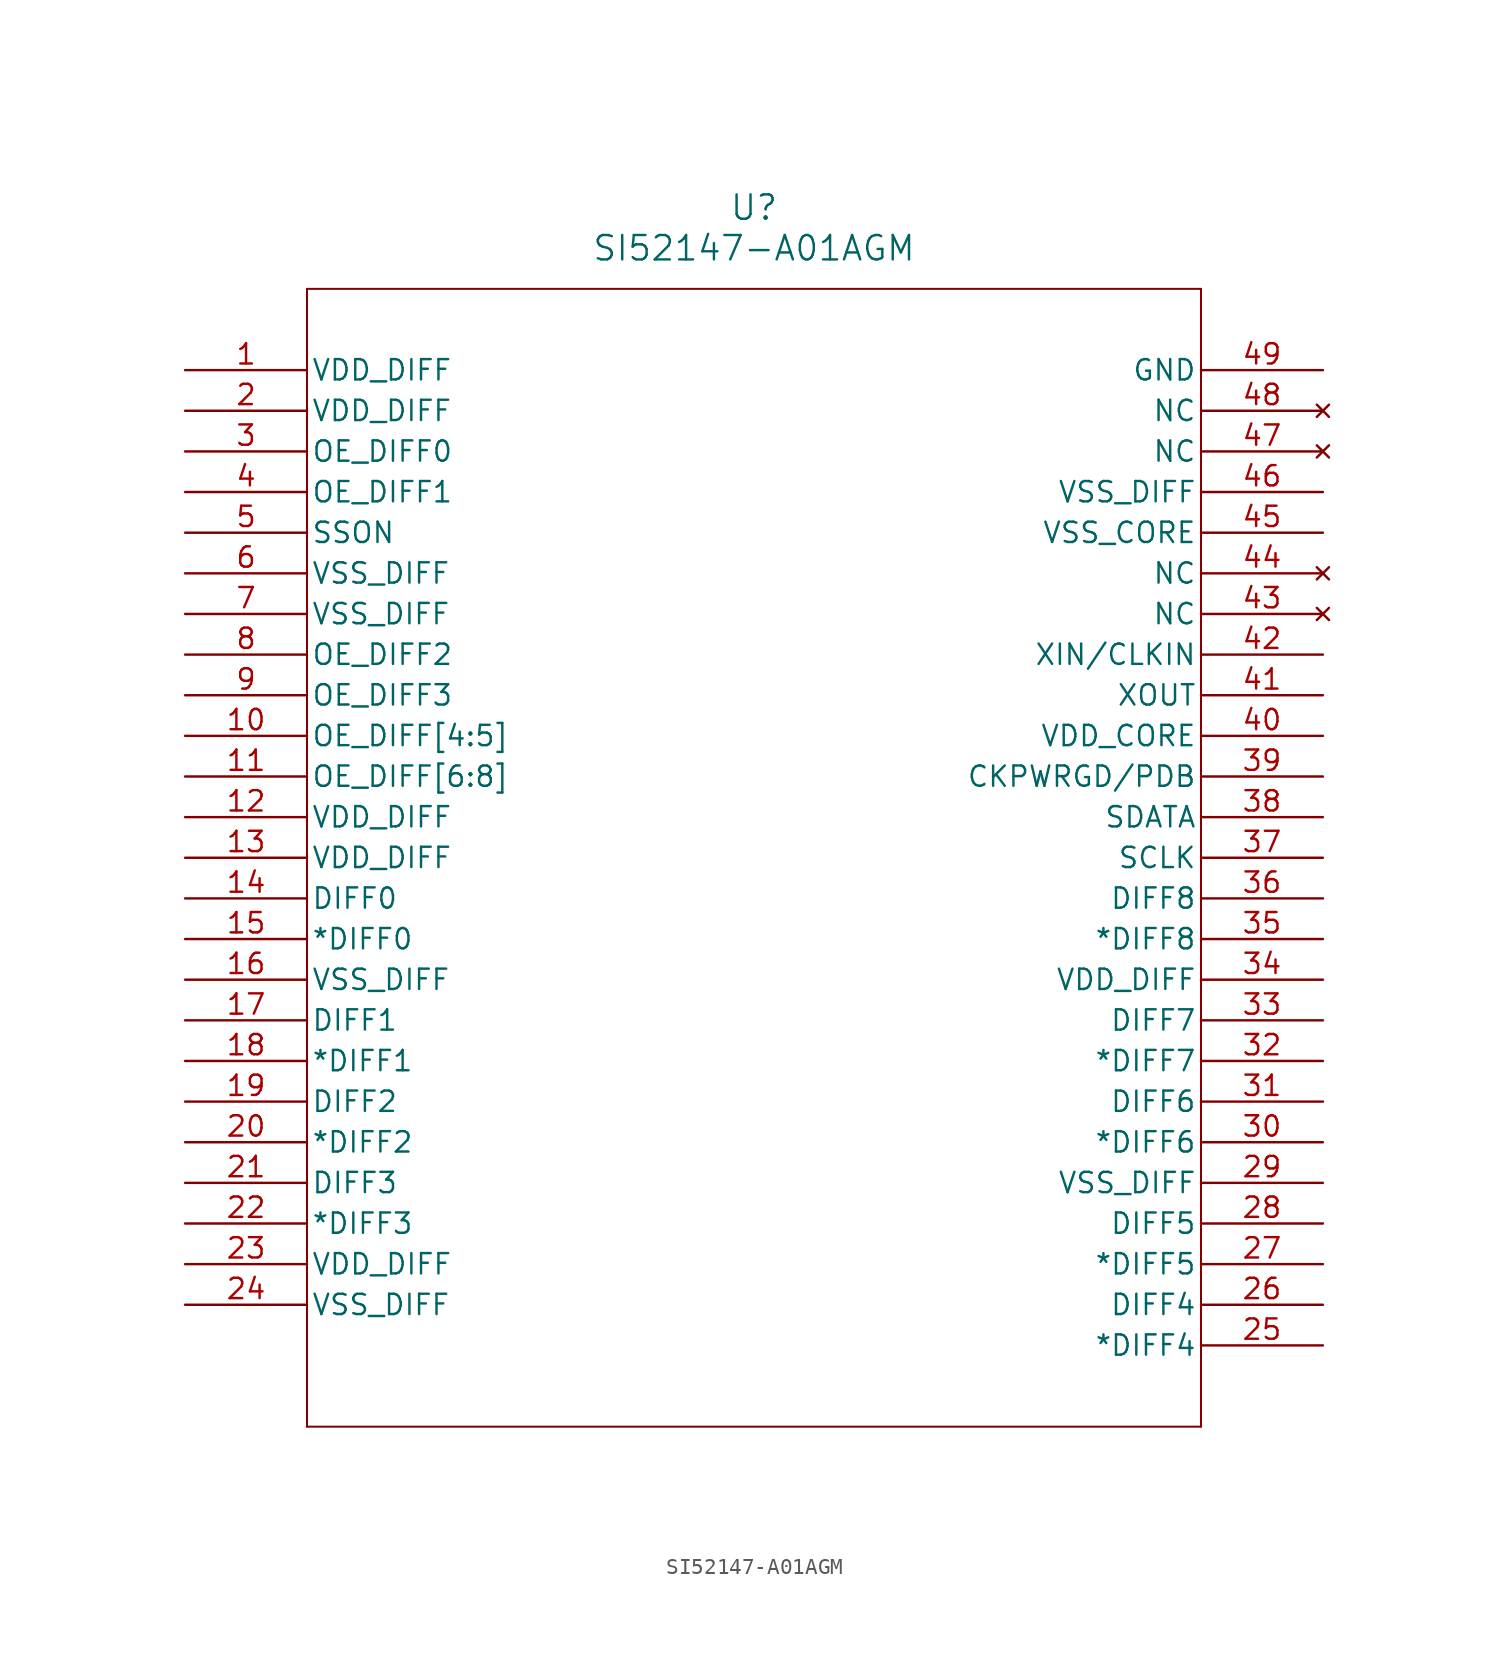
<source format=kicad_sym>
(kicad_symbol_lib
  (version 20211014)
  (generator kicad_symbol_editor)
  (symbol "SI52147-A01AGM"
    (pin_names
      (offset 0.254))
    (property "Reference" "U"
      (at 35.56 10.16 0)
      (effects (font (size 1.524 1.524))))
    (property "Value" "SI52147-A01AGM"
      (at 35.56 7.62 0)
      (effects (font (size 1.524 1.524))))
    (symbol "SI52147-A01AGM_0_1"
      (polyline (pts (xy 7.62 5.08) (xy 7.62 -66.04)) (stroke (width 0.127) (type default) (color 0 0 0 0)) (fill (type none)))
      (polyline (pts (xy 7.62 -66.04) (xy 63.5 -66.04)) (stroke (width 0.127) (type default) (color 0 0 0 0)) (fill (type none)))
      (polyline (pts (xy 63.5 -66.04) (xy 63.5 5.08)) (stroke (width 0.127) (type default) (color 0 0 0 0)) (fill (type none)))
      (polyline (pts (xy 63.5 5.08) (xy 7.62 5.08)) (stroke (width 0.127) (type default) (color 0 0 0 0)) (fill (type none)))
      (pin power_in line (at 0 0 0) (length 7.62) (name "VDD_DIFF" (effects (font (size 1.27 1.27)))) (number "1" (effects (font (size 1.27 1.27)))))
      (pin power_in line (at 0 -2.54 0) (length 7.62) (name "VDD_DIFF" (effects (font (size 1.27 1.27)))) (number "2" (effects (font (size 1.27 1.27)))))
      (pin input line (at 0 -5.08 0) (length 7.62) (name "OE_DIFF0" (effects (font (size 1.27 1.27)))) (number "3" (effects (font (size 1.27 1.27)))))
      (pin input line (at 0 -7.62 0) (length 7.62) (name "OE_DIFF1" (effects (font (size 1.27 1.27)))) (number "4" (effects (font (size 1.27 1.27)))))
      (pin input line (at 0 -10.16 0) (length 7.62) (name "SSON" (effects (font (size 1.27 1.27)))) (number "5" (effects (font (size 1.27 1.27)))))
      (pin power_out line (at 0 -12.7 0) (length 7.62) (name "VSS_DIFF" (effects (font (size 1.27 1.27)))) (number "6" (effects (font (size 1.27 1.27)))))
      (pin power_out line (at 0 -15.24 0) (length 7.62) (name "VSS_DIFF" (effects (font (size 1.27 1.27)))) (number "7" (effects (font (size 1.27 1.27)))))
      (pin input line (at 0 -17.78 0) (length 7.62) (name "OE_DIFF2" (effects (font (size 1.27 1.27)))) (number "8" (effects (font (size 1.27 1.27)))))
      (pin input line (at 0 -20.32 0) (length 7.62) (name "OE_DIFF3" (effects (font (size 1.27 1.27)))) (number "9" (effects (font (size 1.27 1.27)))))
      (pin input line (at 0 -22.86 0) (length 7.62) (name "OE_DIFF[4:5]" (effects (font (size 1.27 1.27)))) (number "10" (effects (font (size 1.27 1.27)))))
      (pin input line (at 0 -25.4 0) (length 7.62) (name "OE_DIFF[6:8]" (effects (font (size 1.27 1.27)))) (number "11" (effects (font (size 1.27 1.27)))))
      (pin power_in line (at 0 -27.94 0) (length 7.62) (name "VDD_DIFF" (effects (font (size 1.27 1.27)))) (number "12" (effects (font (size 1.27 1.27)))))
      (pin power_in line (at 0 -30.48 0) (length 7.62) (name "VDD_DIFF" (effects (font (size 1.27 1.27)))) (number "13" (effects (font (size 1.27 1.27)))))
      (pin output line (at 0 -33.02 0) (length 7.62) (name "DIFF0" (effects (font (size 1.27 1.27)))) (number "14" (effects (font (size 1.27 1.27)))))
      (pin output line (at 0 -35.56 0) (length 7.62) (name "*DIFF0" (effects (font (size 1.27 1.27)))) (number "15" (effects (font (size 1.27 1.27)))))
      (pin power_out line (at 0 -38.1 0) (length 7.62) (name "VSS_DIFF" (effects (font (size 1.27 1.27)))) (number "16" (effects (font (size 1.27 1.27)))))
      (pin output line (at 0 -40.64 0) (length 7.62) (name "DIFF1" (effects (font (size 1.27 1.27)))) (number "17" (effects (font (size 1.27 1.27)))))
      (pin output line (at 0 -43.18 0) (length 7.62) (name "*DIFF1" (effects (font (size 1.27 1.27)))) (number "18" (effects (font (size 1.27 1.27)))))
      (pin output line (at 0 -45.72 0) (length 7.62) (name "DIFF2" (effects (font (size 1.27 1.27)))) (number "19" (effects (font (size 1.27 1.27)))))
      (pin output line (at 0 -48.26 0) (length 7.62) (name "*DIFF2" (effects (font (size 1.27 1.27)))) (number "20" (effects (font (size 1.27 1.27)))))
      (pin output line (at 0 -50.8 0) (length 7.62) (name "DIFF3" (effects (font (size 1.27 1.27)))) (number "21" (effects (font (size 1.27 1.27)))))
      (pin output line (at 0 -53.34 0) (length 7.62) (name "*DIFF3" (effects (font (size 1.27 1.27)))) (number "22" (effects (font (size 1.27 1.27)))))
      (pin power_in line (at 0 -55.88 0) (length 7.62) (name "VDD_DIFF" (effects (font (size 1.27 1.27)))) (number "23" (effects (font (size 1.27 1.27)))))
      (pin power_out line (at 0 -58.42 0) (length 7.62) (name "VSS_DIFF" (effects (font (size 1.27 1.27)))) (number "24" (effects (font (size 1.27 1.27)))))
      (pin output line (at 71.12 -60.96 180) (length 7.62) (name "*DIFF4" (effects (font (size 1.27 1.27)))) (number "25" (effects (font (size 1.27 1.27)))))
      (pin output line (at 71.12 -58.42 180) (length 7.62) (name "DIFF4" (effects (font (size 1.27 1.27)))) (number "26" (effects (font (size 1.27 1.27)))))
      (pin output line (at 71.12 -55.88 180) (length 7.62) (name "*DIFF5" (effects (font (size 1.27 1.27)))) (number "27" (effects (font (size 1.27 1.27)))))
      (pin output line (at 71.12 -53.34 180) (length 7.62) (name "DIFF5" (effects (font (size 1.27 1.27)))) (number "28" (effects (font (size 1.27 1.27)))))
      (pin power_out line (at 71.12 -50.8 180) (length 7.62) (name "VSS_DIFF" (effects (font (size 1.27 1.27)))) (number "29" (effects (font (size 1.27 1.27)))))
      (pin output line (at 71.12 -48.26 180) (length 7.62) (name "*DIFF6" (effects (font (size 1.27 1.27)))) (number "30" (effects (font (size 1.27 1.27)))))
      (pin output line (at 71.12 -45.72 180) (length 7.62) (name "DIFF6" (effects (font (size 1.27 1.27)))) (number "31" (effects (font (size 1.27 1.27)))))
      (pin output line (at 71.12 -43.18 180) (length 7.62) (name "*DIFF7" (effects (font (size 1.27 1.27)))) (number "32" (effects (font (size 1.27 1.27)))))
      (pin output line (at 71.12 -40.64 180) (length 7.62) (name "DIFF7" (effects (font (size 1.27 1.27)))) (number "33" (effects (font (size 1.27 1.27)))))
      (pin power_in line (at 71.12 -38.1 180) (length 7.62) (name "VDD_DIFF" (effects (font (size 1.27 1.27)))) (number "34" (effects (font (size 1.27 1.27)))))
      (pin output line (at 71.12 -35.56 180) (length 7.62) (name "*DIFF8" (effects (font (size 1.27 1.27)))) (number "35" (effects (font (size 1.27 1.27)))))
      (pin output line (at 71.12 -33.02 180) (length 7.62) (name "DIFF8" (effects (font (size 1.27 1.27)))) (number "36" (effects (font (size 1.27 1.27)))))
      (pin input line (at 71.12 -30.48 180) (length 7.62) (name "SCLK" (effects (font (size 1.27 1.27)))) (number "37" (effects (font (size 1.27 1.27)))))
      (pin bidirectional line (at 71.12 -27.94 180) (length 7.62) (name "SDATA" (effects (font (size 1.27 1.27)))) (number "38" (effects (font (size 1.27 1.27)))))
      (pin input line (at 71.12 -25.4 180) (length 7.62) (name "CKPWRGD/PDB" (effects (font (size 1.27 1.27)))) (number "39" (effects (font (size 1.27 1.27)))))
      (pin power_out line (at 71.12 -22.86 180) (length 7.62) (name "VDD_CORE" (effects (font (size 1.27 1.27)))) (number "40" (effects (font (size 1.27 1.27)))))
      (pin power_out line (at 71.12 -20.32 180) (length 7.62) (name "XOUT" (effects (font (size 1.27 1.27)))) (number "41" (effects (font (size 1.27 1.27)))))
      (pin input line (at 71.12 -17.78 180) (length 7.62) (name "XIN/CLKIN" (effects (font (size 1.27 1.27)))) (number "42" (effects (font (size 1.27 1.27)))))
      (pin no_connect line (at 71.12 -15.24 180) (length 7.62) (name "NC" (effects (font (size 1.27 1.27)))) (number "43" (effects (font (size 1.27 1.27)))))
      (pin no_connect line (at 71.12 -12.7 180) (length 7.62) (name "NC" (effects (font (size 1.27 1.27)))) (number "44" (effects (font (size 1.27 1.27)))))
      (pin power_out line (at 71.12 -10.16 180) (length 7.62) (name "VSS_CORE" (effects (font (size 1.27 1.27)))) (number "45" (effects (font (size 1.27 1.27)))))
      (pin power_out line (at 71.12 -7.62 180) (length 7.62) (name "VSS_DIFF" (effects (font (size 1.27 1.27)))) (number "46" (effects (font (size 1.27 1.27)))))
      (pin no_connect line (at 71.12 -5.08 180) (length 7.62) (name "NC" (effects (font (size 1.27 1.27)))) (number "47" (effects (font (size 1.27 1.27)))))
      (pin no_connect line (at 71.12 -2.54 180) (length 7.62) (name "NC" (effects (font (size 1.27 1.27)))) (number "48" (effects (font (size 1.27 1.27)))))
      (pin power_out line (at 71.12 0 180) (length 7.62) (name "GND" (effects (font (size 1.27 1.27)))) (number "49" (effects (font (size 1.27 1.27))))))))
</source>
